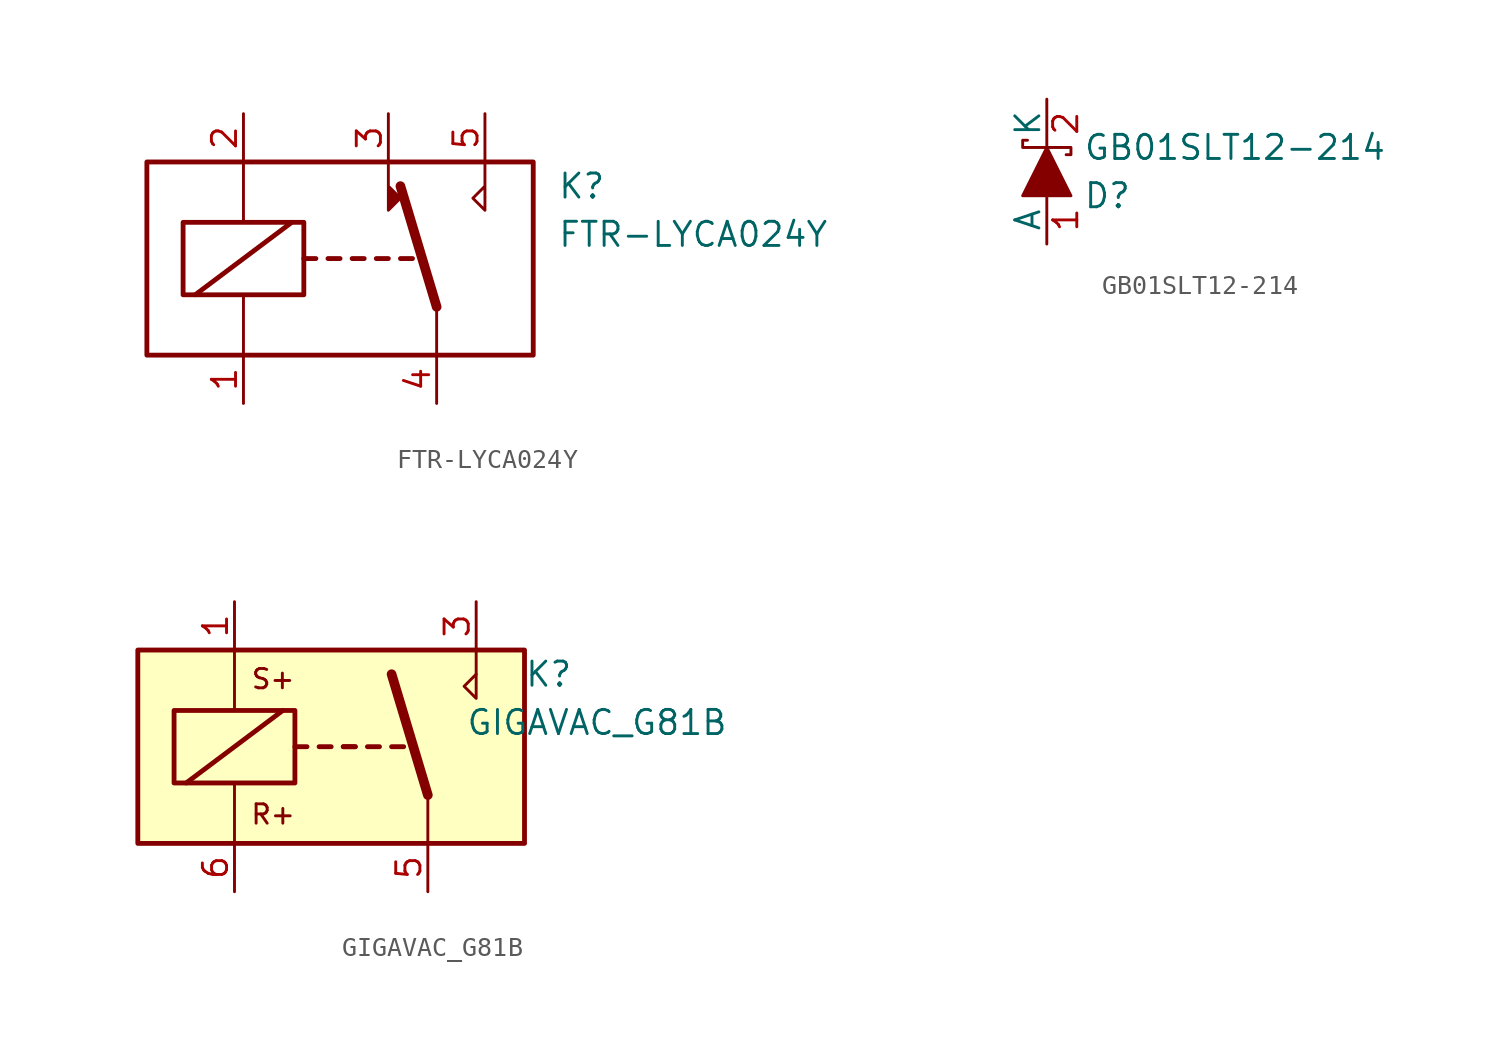
<source format=kicad_sym>
(kicad_symbol_lib
  (version 20231120)
  (generator "kicad_symbol_editor")
  (generator_version "8.0")
  (symbol "FTR-LYCA024Y"
    (property "Reference" "K"
      (at 11.43 3.81 0)
      (effects (font (size 1.27 1.27)) (justify left)))
    (property "Value" "FTR-LYCA024Y"
      (at 11.43 1.27 0)
      (effects (font (size 1.27 1.27)) (justify left)))
    (symbol "FTR-LYCA024Y_0_0"
      (polyline (pts (xy 2.54 5.08) (xy 2.54 2.54) (xy 3.175 3.175) (xy 2.54 3.81)) (stroke (width 0) (type default)) (fill (type outline)))
      (polyline (pts (xy 7.62 5.08) (xy 7.62 2.54) (xy 6.985 3.175) (xy 7.62 3.81)) (stroke (width 0) (type default)) (fill (type none))))
    (symbol "FTR-LYCA024Y_0_1"
      (rectangle (start -10.16 5.08) (end 10.16 -5.08) (stroke (width 0.254) (type default)) (fill (type none)))
      (rectangle (start -8.255 1.905) (end -1.905 -1.905) (stroke (width 0.254) (type default)) (fill (type none)))
      (polyline (pts (xy -7.62 -1.905) (xy -2.54 1.905)) (stroke (width 0.254) (type default)) (fill (type none)))
      (polyline (pts (xy -5.08 -5.08) (xy -5.08 -1.905)) (stroke (width 0) (type default)) (fill (type none)))
      (polyline (pts (xy -5.08 5.08) (xy -5.08 1.905)) (stroke (width 0) (type default)) (fill (type none)))
      (polyline (pts (xy -1.905 0) (xy -1.27 0)) (stroke (width 0.254) (type default)) (fill (type none)))
      (polyline (pts (xy -0.635 0) (xy 0 0)) (stroke (width 0.254) (type default)) (fill (type none)))
      (polyline (pts (xy 0.635 0) (xy 1.27 0)) (stroke (width 0.254) (type default)) (fill (type none)))
      (polyline (pts (xy 1.905 0) (xy 2.54 0)) (stroke (width 0.254) (type default)) (fill (type none)))
      (polyline (pts (xy 3.175 0) (xy 3.81 0)) (stroke (width 0.254) (type default)) (fill (type none)))
      (polyline (pts (xy 5.08 -2.54) (xy 3.175 3.81)) (stroke (width 0.508) (type default)) (fill (type none)))
      (polyline (pts (xy 5.08 -2.54) (xy 5.08 -5.08)) (stroke (width 0) (type default)) (fill (type none))))
    (symbol "FTR-LYCA024Y_1_1"
      (pin bidirectional line (at -5.08 -7.62 90) (length 2.54) (name "~" (effects (font (size 1.27 1.27)))) (number "1" (effects (font (size 1.27 1.27)))))
      (pin bidirectional line (at -5.08 7.62 270) (length 2.54) (name "~" (effects (font (size 1.27 1.27)))) (number "2" (effects (font (size 1.27 1.27)))))
      (pin bidirectional line (at 2.54 7.62 270) (length 2.54) (name "~" (effects (font (size 1.27 1.27)))) (number "3" (effects (font (size 1.27 1.27)))))
      (pin bidirectional line (at 5.08 -7.62 90) (length 2.54) (name "~" (effects (font (size 1.27 1.27)))) (number "4" (effects (font (size 1.27 1.27)))))
      (pin bidirectional line (at 7.62 7.62 270) (length 2.54) (name "~" (effects (font (size 1.27 1.27)))) (number "5" (effects (font (size 1.27 1.27)))))))
  (symbol "GB01SLT12-214"
    (pin_names
      (offset 0))
    (property "Reference" "D"
      (at 1.905 -1.27 0)
      (effects (font (size 1.27 1.27)) (justify left)))
    (property "Value" "GB01SLT12-214"
      (at 1.905 1.27 0)
      (effects (font (size 1.27 1.27)) (justify left)))
    (symbol "GB01SLT12-214_0_1"
      (polyline (pts (xy 0 -1.27) (xy 0 1.27)) (stroke (width 0) (type default)) (fill (type none)))
      (polyline (pts (xy 0 1.27) (xy 1.27 1.27) (xy 1.27 0.889) (xy 1.016 0.889)) (stroke (width 0) (type default)) (fill (type none)))
      (polyline (pts (xy 0 1.27) (xy -1.27 1.27) (xy -1.27 1.524) (xy -1.27 1.651) (xy -1.016 1.651)) (stroke (width 0) (type default)) (fill (type none))))
    (symbol "GB01SLT12-214_1_1"
      (polyline (pts (xy 0 1.27) (xy -1.27 -1.27) (xy 1.27 -1.27) (xy 0 1.27)) (stroke (width 0) (type default)) (fill (type outline)))
      (pin passive line (at 0 -3.81 90) (length 2.54) (name "A" (effects (font (size 1.27 1.27)))) (number "1" (effects (font (size 1.27 1.27)))))
      (pin passive line (at 0 3.81 270) (length 2.54) (name "K" (effects (font (size 1.27 1.27)))) (number "2" (effects (font (size 1.27 1.27)))))))
  (symbol "GIGAVAC_G81B"
    (property "Reference" "K"
      (at 11.43 3.81 0)
      (effects (font (size 1.27 1.27))))
    (property "Value" "GIGAVAC_G81B"
      (at 13.97 1.27 0)
      (effects (font (size 1.27 1.27))))
    (symbol "GIGAVAC_G81B_1_1"
      (rectangle (start -10.16 5.08) (end 10.16 -5.08) (stroke (width 0.254) (type default)) (fill (type background)))
      (rectangle (start -8.255 1.905) (end -1.905 -1.905) (stroke (width 0.254) (type default)) (fill (type none)))
      (polyline (pts (xy -7.62 -1.905) (xy -2.54 1.905)) (stroke (width 0.254) (type default)) (fill (type none)))
      (polyline (pts (xy -5.08 -5.08) (xy -5.08 -1.905)) (stroke (width 0) (type default)) (fill (type none)))
      (polyline (pts (xy -5.08 5.08) (xy -5.08 1.905)) (stroke (width 0) (type default)) (fill (type none)))
      (polyline (pts (xy -1.905 0) (xy -1.27 0)) (stroke (width 0.254) (type default)) (fill (type none)))
      (polyline (pts (xy -0.635 0) (xy 0 0)) (stroke (width 0.254) (type default)) (fill (type none)))
      (polyline (pts (xy 0.635 0) (xy 1.27 0)) (stroke (width 0.254) (type default)) (fill (type none)))
      (polyline (pts (xy 0.635 0) (xy 1.27 0)) (stroke (width 0.254) (type default)) (fill (type none)))
      (polyline (pts (xy 1.905 0) (xy 2.54 0)) (stroke (width 0.254) (type default)) (fill (type none)))
      (polyline (pts (xy 3.175 0) (xy 3.81 0)) (stroke (width 0.254) (type default)) (fill (type none)))
      (polyline (pts (xy 5.08 -2.54) (xy 3.175 3.81)) (stroke (width 0.508) (type default)) (fill (type none)))
      (polyline (pts (xy 5.08 -2.54) (xy 5.08 -5.08)) (stroke (width 0) (type default)) (fill (type none)))
      (polyline (pts (xy 7.62 3.81) (xy 7.62 5.08)) (stroke (width 0) (type default)) (fill (type none)))
      (polyline (pts (xy 7.62 3.81) (xy 7.62 2.54) (xy 6.985 3.175) (xy 7.62 3.81)) (stroke (width 0) (type default)) (fill (type none)))
      (text "R+" (at -3.048 -3.556 0) (effects (font (size 1.016 1.016))))
      (text "S+" (at -3.048 3.556 0) (effects (font (size 1.016 1.016))))
      (pin passive line (at -5.08 7.62 270) (length 2.54) (name "~" (effects (font (size 1.27 1.27)))) (number "1" (effects (font (size 1.27 1.27)))))
      (pin passive line (at 7.62 7.62 270) (length 2.54) (name "~" (effects (font (size 1.27 1.27)))) (number "3" (effects (font (size 1.27 1.27)))))
      (pin passive line (at 5.08 -7.62 90) (length 2.54) (name "~" (effects (font (size 1.27 1.27)))) (number "5" (effects (font (size 1.27 1.27)))))
      (pin passive line (at -5.08 -7.62 90) (length 2.54) (name "~" (effects (font (size 1.27 1.27)))) (number "6" (effects (font (size 1.27 1.27))))))))
</source>
